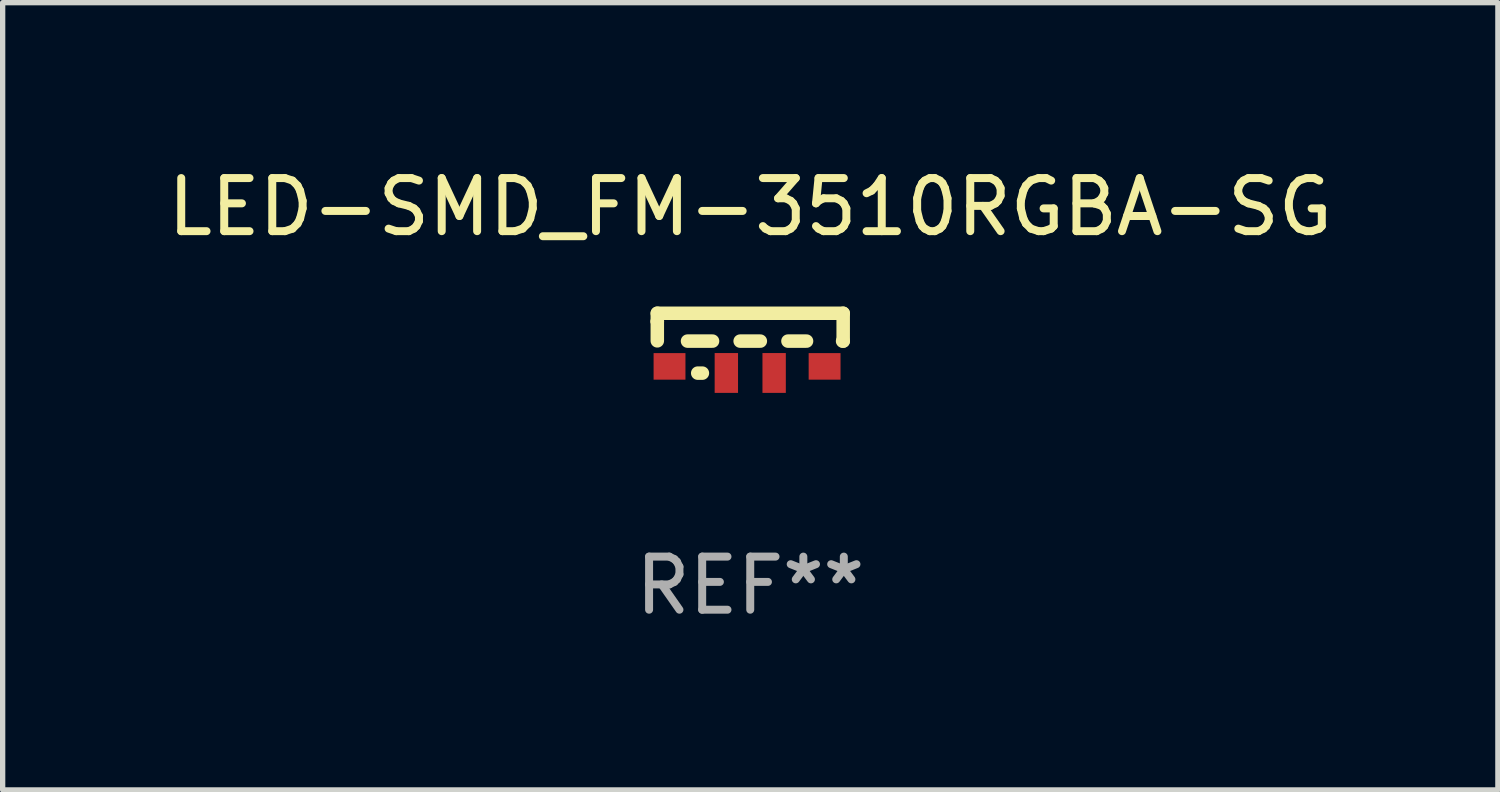
<source format=kicad_pcb>
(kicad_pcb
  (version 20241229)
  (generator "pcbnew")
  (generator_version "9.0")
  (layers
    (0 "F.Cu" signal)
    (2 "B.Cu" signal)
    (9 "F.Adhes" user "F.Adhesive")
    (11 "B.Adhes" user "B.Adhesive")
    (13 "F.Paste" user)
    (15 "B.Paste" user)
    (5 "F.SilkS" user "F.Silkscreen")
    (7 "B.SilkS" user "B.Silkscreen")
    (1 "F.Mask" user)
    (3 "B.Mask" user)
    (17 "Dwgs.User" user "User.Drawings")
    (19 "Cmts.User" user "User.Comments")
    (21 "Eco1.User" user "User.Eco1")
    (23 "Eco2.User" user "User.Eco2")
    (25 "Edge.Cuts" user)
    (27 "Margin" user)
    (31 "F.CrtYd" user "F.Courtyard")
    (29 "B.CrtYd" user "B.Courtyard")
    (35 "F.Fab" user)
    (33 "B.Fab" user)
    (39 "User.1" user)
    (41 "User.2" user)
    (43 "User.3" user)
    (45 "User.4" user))
  (footprint "LED-SMD_FM-3510RGBA-SG"
    (layer "F.Cu")
    (at 11.017 3.911)
    (property "Reference" "LED-SMD_FM-3510RGBA-SG" (at 0.06 -3.063 0) (layer "F.SilkS") (effects (font (size 1 1) (thickness 0.15))))
    (attr through_hole)
    (fp_line (start -1.69 -1.063) (end -1.69 -0.908) (stroke (width 0.254) (type solid)) (layer "F.SilkS"))
    (fp_line (start -1.69 -0.908) (end -1.69 -0.908) (stroke (width 0.254) (type solid)) (layer "F.SilkS"))
    (fp_line (start -1.69 -0.908) (end -1.69 -0.543) (stroke (width 0.254) (type solid)) (layer "F.SilkS"))
    (fp_line (start -0.841 0.065) (end -0.929 0.065) (stroke (width 0.254) (type solid)) (layer "F.SilkS"))
    (fp_line (start -0.65 -0.538) (end -1.121 -0.538) (stroke (width 0.254) (type solid)) (layer "F.SilkS"))
    (fp_line (start 0.25 -0.538) (end -0.13 -0.538) (stroke (width 0.254) (type solid)) (layer "F.SilkS"))
    (fp_line (start 1.12 -0.538) (end 0.77 -0.538) (stroke (width 0.254) (type solid)) (layer "F.SilkS"))
    (fp_line (start 1.81 -1.062) (end -1.69 -1.062) (stroke (width 0.254) (type solid)) (layer "F.SilkS"))
    (fp_line (start 1.81 -1.062) (end 1.81 -0.538) (stroke (width 0.254) (type solid)) (layer "F.SilkS"))
    (fp_line (start 1.81 -0.538) (end 1.799 -0.538) (stroke (width 0.254) (type solid)) (layer "F.SilkS"))
    (fp_circle (center -1.75 -0.972) (end -1.72 -0.972) (stroke (width 0.06) (type solid)) (fill no) (layer "F.SilkS"))
    (fp_text user "REF**" (at 0.06 4.065 0) (layer "F.Fab") (effects (font (size 1 1) (thickness 0.15))))
    (pad "1" smd rect (at -1.46 -0.062 180) (size 0.6 0.5) (layers "F.Cu" "F.Mask" "F.Paste"))
    (pad "2" smd rect (at -0.39 0.062 270) (size 0.75 0.44) (layers "F.Cu" "F.Mask" "F.Paste"))
    (pad "3" smd rect (at 0.51 0.062 270) (size 0.75 0.44) (layers "F.Cu" "F.Mask" "F.Paste"))
    (pad "4" smd rect (at 1.46 -0.062) (size 0.6 0.5) (layers "F.Cu" "F.Mask" "F.Paste")))
  (gr_rect
    (start -3 -3)
    (end 25.155 11.824)
    (stroke (width 0.1) (type default))
    (fill no)
    (layer "Edge.Cuts")))
</source>
